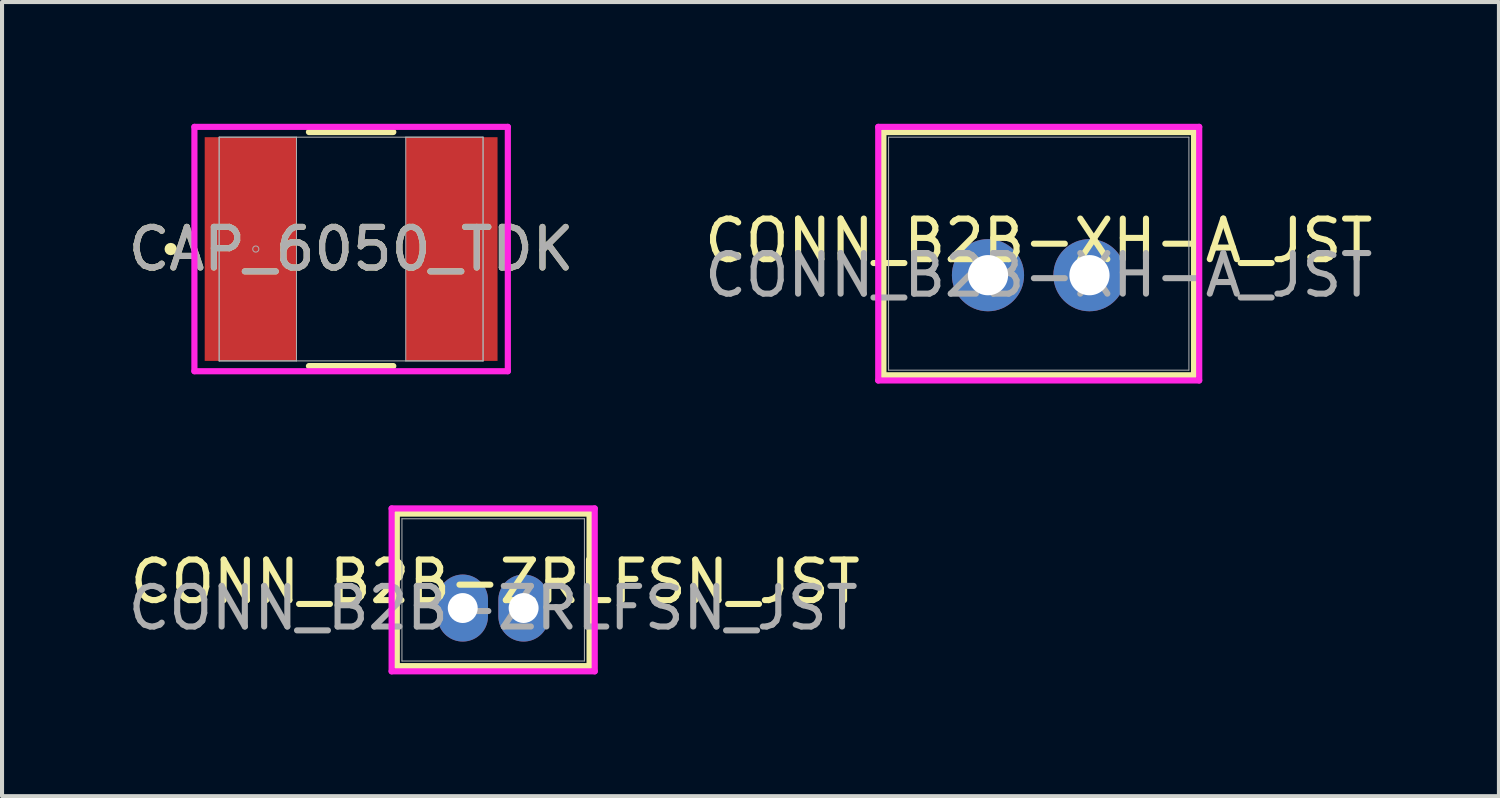
<source format=kicad_pcb>
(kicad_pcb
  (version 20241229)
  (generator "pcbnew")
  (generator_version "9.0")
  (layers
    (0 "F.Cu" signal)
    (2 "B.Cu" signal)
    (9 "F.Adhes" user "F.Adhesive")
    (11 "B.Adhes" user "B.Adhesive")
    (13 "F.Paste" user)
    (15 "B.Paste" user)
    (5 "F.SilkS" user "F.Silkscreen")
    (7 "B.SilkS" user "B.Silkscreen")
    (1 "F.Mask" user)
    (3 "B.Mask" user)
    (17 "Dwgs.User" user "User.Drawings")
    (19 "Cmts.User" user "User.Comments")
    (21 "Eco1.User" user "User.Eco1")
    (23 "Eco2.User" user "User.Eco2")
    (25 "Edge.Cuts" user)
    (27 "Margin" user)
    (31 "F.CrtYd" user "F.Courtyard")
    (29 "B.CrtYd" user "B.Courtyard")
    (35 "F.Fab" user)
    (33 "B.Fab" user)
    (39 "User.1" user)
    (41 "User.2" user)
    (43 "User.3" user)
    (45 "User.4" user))
  (footprint "CONN_B2B-ZRLFSN_JST"
    (layer "F.Cu")
    (at 8.351 11.931)
    (property "Reference" "CONN_B2B-ZRLFSN_JST" (at 0.8 -0.65 0) (unlocked yes) (layer "F.SilkS") (effects (font (size 1 1) (thickness 0.15))))
    (attr through_hole)
    (fp_line (start -1.625 -2.327) (end -1.625 1.432) (stroke (width 0.152) (type solid)) (layer "F.SilkS"))
    (fp_line (start -1.625 1.432) (end 3.125 1.432) (stroke (width 0.152) (type solid)) (layer "F.SilkS"))
    (fp_line (start 3.125 -2.327) (end -1.625 -2.327) (stroke (width 0.152) (type solid)) (layer "F.SilkS"))
    (fp_line (start 3.125 1.432) (end 3.125 -2.327) (stroke (width 0.152) (type solid)) (layer "F.SilkS"))
    (fp_line (start -1.752 -2.454) (end -1.752 1.559) (stroke (width 0.152) (type solid)) (layer "F.CrtYd"))
    (fp_line (start -1.752 1.559) (end 3.252 1.559) (stroke (width 0.152) (type solid)) (layer "F.CrtYd"))
    (fp_line (start 3.252 -2.454) (end -1.752 -2.454) (stroke (width 0.152) (type solid)) (layer "F.CrtYd"))
    (fp_line (start 3.252 1.559) (end 3.252 -2.454) (stroke (width 0.152) (type solid)) (layer "F.CrtYd"))
    (fp_line (start -1.498 -2.2) (end -1.498 1.305) (stroke (width 0.025) (type solid)) (layer "F.Fab"))
    (fp_line (start -1.498 1.305) (end 2.998 1.305) (stroke (width 0.025) (type solid)) (layer "F.Fab"))
    (fp_line (start 2.998 -2.2) (end -1.498 -2.2) (stroke (width 0.025) (type solid)) (layer "F.Fab"))
    (fp_line (start 2.998 1.305) (end 2.998 -2.2) (stroke (width 0.025) (type solid)) (layer "F.Fab"))
    (fp_text user "${REFERENCE}" (at 0.75 0 0) (unlocked yes) (layer "F.Fab") (effects (font (size 1 1) (thickness 0.15))))
    (pad "1" thru_hole oval (at -0.000001 0) (size 1.245 1.651) (drill 0.737) (layers "*.Cu" "*.Mask"))
    (pad "2" thru_hole oval (at 1.5 0) (size 1.245 1.651) (drill 0.737) (layers "*.Cu" "*.Mask")))
  (footprint "CAP_6050_TDK"
    (layer "F.Cu")
    (at 5.601 3.086)
    (property "Reference" "CAP_6050_TDK" (at 0 0 0) (unlocked yes) (layer "F.SilkS") (effects (font (size 1 1) (thickness 0.15))))
    (attr smd)
    (fp_line (start -1.039 2.883) (end 1.039 2.883) (stroke (width 0.152) (type solid)) (layer "F.SilkS"))
    (fp_line (start 1.039 -2.883) (end -1.039 -2.883) (stroke (width 0.152) (type solid)) (layer "F.SilkS"))
    (fp_circle (center -4.445 0) (end -4.369 0) (stroke (width 0.152) (type solid)) (fill no) (layer "F.SilkS"))
    (fp_line (start -3.861 -3.01) (end 3.861 -3.01) (stroke (width 0.152) (type solid)) (layer "F.CrtYd"))
    (fp_line (start -3.861 3.01) (end -3.861 -3.01) (stroke (width 0.152) (type solid)) (layer "F.CrtYd"))
    (fp_line (start 3.861 -3.01) (end 3.861 3.01) (stroke (width 0.152) (type solid)) (layer "F.CrtYd"))
    (fp_line (start 3.861 3.01) (end -3.861 3.01) (stroke (width 0.152) (type solid)) (layer "F.CrtYd"))
    (fp_line (start -3.251 -2.756) (end -3.251 2.756) (stroke (width 0.025) (type solid)) (layer "F.Fab"))
    (fp_line (start -3.251 -2.756) (end -3.251 2.756) (stroke (width 0.025) (type solid)) (layer "F.Fab"))
    (fp_line (start -3.251 2.756) (end -1.346 2.756) (stroke (width 0.025) (type solid)) (layer "F.Fab"))
    (fp_line (start -3.251 2.756) (end 3.251 2.756) (stroke (width 0.025) (type solid)) (layer "F.Fab"))
    (fp_line (start -1.346 -2.756) (end -3.251 -2.756) (stroke (width 0.025) (type solid)) (layer "F.Fab"))
    (fp_line (start -1.346 2.756) (end -1.346 -2.756) (stroke (width 0.025) (type solid)) (layer "F.Fab"))
    (fp_line (start 1.346 -2.756) (end 1.346 2.756) (stroke (width 0.025) (type solid)) (layer "F.Fab"))
    (fp_line (start 1.346 2.756) (end 3.251 2.756) (stroke (width 0.025) (type solid)) (layer "F.Fab"))
    (fp_line (start 3.251 -2.756) (end -3.251 -2.756) (stroke (width 0.025) (type solid)) (layer "F.Fab"))
    (fp_line (start 3.251 -2.756) (end 1.346 -2.756) (stroke (width 0.025) (type solid)) (layer "F.Fab"))
    (fp_line (start 3.251 2.756) (end 3.251 -2.756) (stroke (width 0.025) (type solid)) (layer "F.Fab"))
    (fp_line (start 3.251 2.756) (end 3.251 -2.756) (stroke (width 0.025) (type solid)) (layer "F.Fab"))
    (fp_circle (center -2.349 0) (end -2.273 0) (stroke (width 0.025) (type solid)) (fill no) (layer "F.Fab"))
    (fp_text user "${REFERENCE}" (at 0 0 0) (unlocked yes) (layer "F.Fab") (effects (font (size 1 1) (thickness 0.15))))
    (pad "1" smd rect (at -2.477 0) (size 2.261 5.512) (layers "F.Cu" "F.Mask" "F.Paste"))
    (pad "2" smd rect (at 2.477 0) (size 2.261 5.512) (layers "F.Cu" "F.Mask" "F.Paste"))
    (zone (net_name "") (layer "F.Cu") (hatch full 0.508) (connect_pads) (min_thickness 0.254) (filled_areas_thickness no) (keepout (tracks not_allowed) (vias not_allowed) (pads allowed) (copperpour not_allowed) (footprints allowed)) (placement (enabled no)) (fill) (polygon (pts (xy 4.306 0.381) (xy 6.897 0.381) (xy 6.897 5.791) (xy 4.306 5.791)))))
  (footprint "CONN_B2B-XH-A_JST"
    (layer "F.Cu")
    (at 21.292 3.73)
    (property "Reference" "CONN_B2B-XH-A_JST" (at 1.25 -0.85 0) (unlocked yes) (layer "F.SilkS") (effects (font (size 1 1) (thickness 0.15))))
    (attr through_hole)
    (fp_line (start -2.577 -3.527) (end -2.577 2.467) (stroke (width 0.152) (type solid)) (layer "F.SilkS"))
    (fp_line (start -2.577 2.467) (end 5.077 2.467) (stroke (width 0.152) (type solid)) (layer "F.SilkS"))
    (fp_line (start 5.077 -3.527) (end -2.577 -3.527) (stroke (width 0.152) (type solid)) (layer "F.SilkS"))
    (fp_line (start 5.077 2.467) (end 5.077 -3.527) (stroke (width 0.152) (type solid)) (layer "F.SilkS"))
    (fp_line (start -2.704 -3.654) (end -2.704 2.594) (stroke (width 0.152) (type solid)) (layer "F.CrtYd"))
    (fp_line (start -2.704 2.594) (end 5.204 2.594) (stroke (width 0.152) (type solid)) (layer "F.CrtYd"))
    (fp_line (start 5.204 -3.654) (end -2.704 -3.654) (stroke (width 0.152) (type solid)) (layer "F.CrtYd"))
    (fp_line (start 5.204 2.594) (end 5.204 -3.654) (stroke (width 0.152) (type solid)) (layer "F.CrtYd"))
    (fp_line (start -2.45 -3.4) (end -2.45 2.34) (stroke (width 0.025) (type solid)) (layer "F.Fab"))
    (fp_line (start -2.45 2.34) (end 4.95 2.34) (stroke (width 0.025) (type solid)) (layer "F.Fab"))
    (fp_line (start 4.95 -3.4) (end -2.45 -3.4) (stroke (width 0.025) (type solid)) (layer "F.Fab"))
    (fp_line (start 4.95 2.34) (end 4.95 -3.4) (stroke (width 0.025) (type solid)) (layer "F.Fab"))
    (fp_text user "${REFERENCE}" (at 1.25 0 0) (unlocked yes) (layer "F.Fab") (effects (font (size 1 1) (thickness 0.15))))
    (pad "1" thru_hole circle (at 0 0) (size 1.778 1.778) (drill 0.991) (layers "*.Cu" "*.Mask"))
    (pad "2" thru_hole circle (at 2.5 0) (size 1.778 1.778) (drill 0.991) (layers "*.Cu" "*.Mask")))
  (gr_rect
    (start -3 -3)
    (end 33.881 16.566)
    (stroke (width 0.1) (type default))
    (fill no)
    (layer "Edge.Cuts")))
</source>
